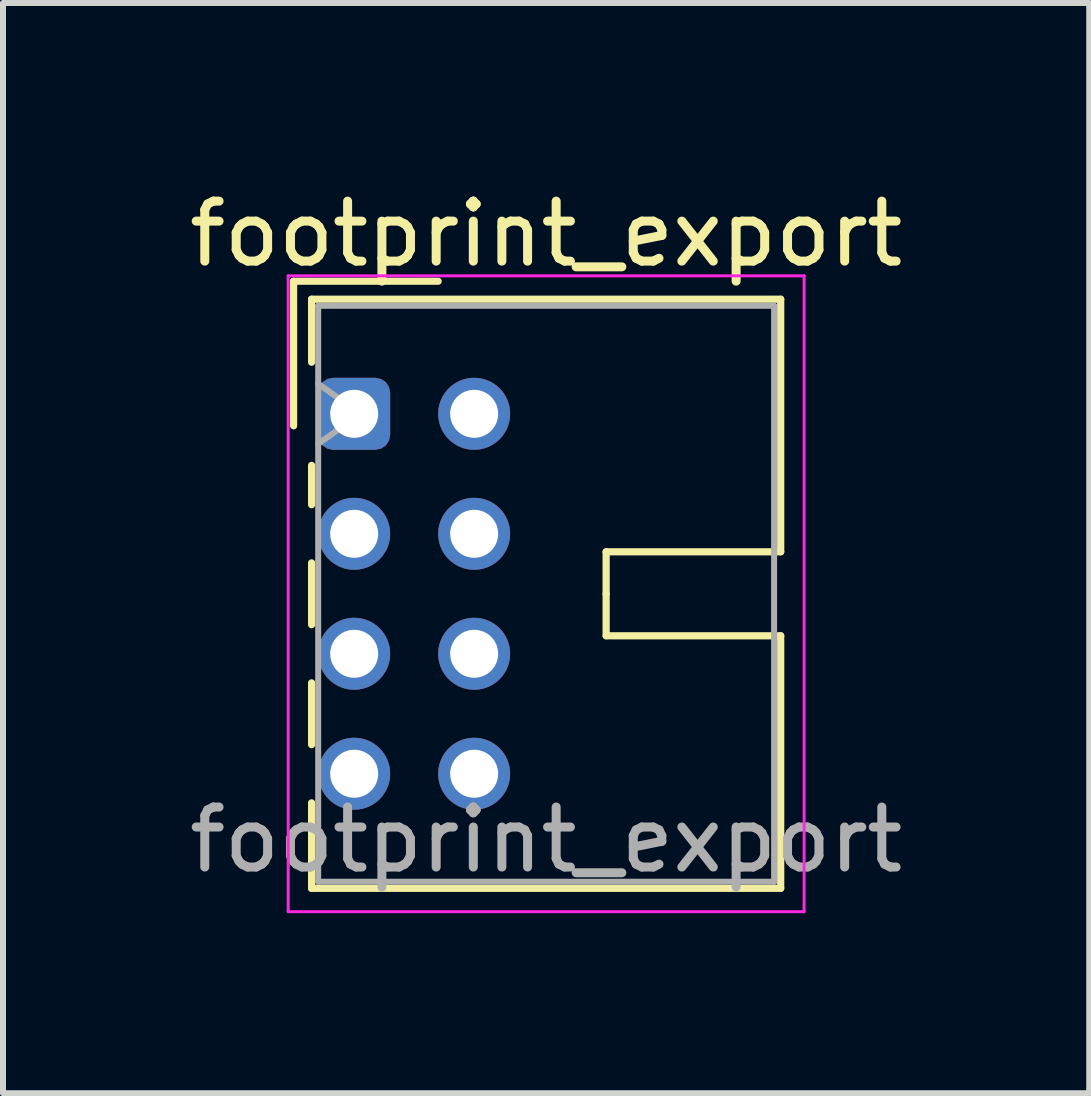
<source format=kicad_pcb>
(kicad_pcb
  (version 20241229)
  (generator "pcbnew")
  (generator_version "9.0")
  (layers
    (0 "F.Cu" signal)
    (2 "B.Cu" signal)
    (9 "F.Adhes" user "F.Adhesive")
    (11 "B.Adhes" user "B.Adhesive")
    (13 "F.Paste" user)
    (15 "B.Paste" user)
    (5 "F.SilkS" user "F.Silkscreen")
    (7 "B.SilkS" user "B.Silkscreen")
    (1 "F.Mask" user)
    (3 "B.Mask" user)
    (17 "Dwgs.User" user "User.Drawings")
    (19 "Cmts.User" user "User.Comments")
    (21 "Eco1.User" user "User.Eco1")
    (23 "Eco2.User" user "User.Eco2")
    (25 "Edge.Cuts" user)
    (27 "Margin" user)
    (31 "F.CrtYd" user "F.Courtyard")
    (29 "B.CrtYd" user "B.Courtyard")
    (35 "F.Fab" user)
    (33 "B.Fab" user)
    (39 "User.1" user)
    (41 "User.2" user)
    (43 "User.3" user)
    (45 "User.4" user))
  (footprint "footprint_export"
    (layer "F.Cu")
    (at 2.854 3.848)
    (property "Reference" "footprint_export" (at 3.2 -3 0) (layer "F.SilkS") (effects (font (size 1 1) (thickness 0.15))))
    (attr through_hole)
    (fp_line (start -1.01 -2.21) (end -1.01 0.2) (stroke (width 0.12) (type solid)) (layer "F.SilkS"))
    (fp_line (start -0.71 -1.91) (end -0.71 -0.86) (stroke (width 0.12) (type solid)) (layer "F.SilkS"))
    (fp_line (start -0.71 -1.91) (end 7.11 -1.91) (stroke (width 0.12) (type solid)) (layer "F.SilkS"))
    (fp_line (start -0.71 0.86) (end -0.71 1.515) (stroke (width 0.12) (type solid)) (layer "F.SilkS"))
    (fp_line (start -0.71 2.485) (end -0.71 3.515) (stroke (width 0.12) (type solid)) (layer "F.SilkS"))
    (fp_line (start -0.71 4.485) (end -0.71 5.515) (stroke (width 0.12) (type solid)) (layer "F.SilkS"))
    (fp_line (start -0.71 6.485) (end -0.71 7.91) (stroke (width 0.12) (type solid)) (layer "F.SilkS"))
    (fp_line (start -0.71 7.91) (end 7.11 7.91) (stroke (width 0.12) (type solid)) (layer "F.SilkS"))
    (fp_line (start 1.4 -2.21) (end -1.01 -2.21) (stroke (width 0.12) (type solid)) (layer "F.SilkS"))
    (fp_line (start 4.2 2.3) (end 4.2 3) (stroke (width 0.12) (type solid)) (layer "F.SilkS"))
    (fp_line (start 4.2 3.7) (end 4.2 3) (stroke (width 0.12) (type solid)) (layer "F.SilkS"))
    (fp_line (start 7.11 -1.91) (end 7.11 2.3) (stroke (width 0.12) (type solid)) (layer "F.SilkS"))
    (fp_line (start 7.11 2.3) (end 4.2 2.3) (stroke (width 0.12) (type solid)) (layer "F.SilkS"))
    (fp_line (start 7.11 3.7) (end 4.2 3.7) (stroke (width 0.12) (type solid)) (layer "F.SilkS"))
    (fp_line (start 7.11 7.91) (end 7.11 3.7) (stroke (width 0.12) (type solid)) (layer "F.SilkS"))
    (fp_line (start -1.1 -2.3) (end -1.1 8.3) (stroke (width 0.05) (type solid)) (layer "F.CrtYd"))
    (fp_line (start -1.1 8.3) (end 7.5 8.3) (stroke (width 0.05) (type solid)) (layer "F.CrtYd"))
    (fp_line (start 7.5 -2.3) (end -1.1 -2.3) (stroke (width 0.05) (type solid)) (layer "F.CrtYd"))
    (fp_line (start 7.5 8.3) (end 7.5 -2.3) (stroke (width 0.05) (type solid)) (layer "F.CrtYd"))
    (fp_line (start -0.6 -1.8) (end -0.6 7.8) (stroke (width 0.1) (type solid)) (layer "F.Fab"))
    (fp_line (start -0.6 0.5) (end 0.107 0) (stroke (width 0.1) (type solid)) (layer "F.Fab"))
    (fp_line (start -0.6 7.8) (end 7 7.8) (stroke (width 0.1) (type solid)) (layer "F.Fab"))
    (fp_line (start 0.107 0) (end -0.6 -0.5) (stroke (width 0.1) (type solid)) (layer "F.Fab"))
    (fp_line (start 7 -1.8) (end -0.6 -1.8) (stroke (width 0.1) (type solid)) (layer "F.Fab"))
    (fp_line (start 7 7.8) (end 7 -1.8) (stroke (width 0.1) (type solid)) (layer "F.Fab"))
    (fp_text user "${REFERENCE}" (at 3.2 7.1 0) (layer "F.Fab") (effects (font (size 1 1) (thickness 0.15))))
    (pad "a1" thru_hole roundrect (at 0 0) (size 1.2 1.2) (drill 0.8) (layers "*.Cu" "*.Mask") (roundrect_rratio 0.208))
    (pad "a2" thru_hole circle (at 0 2) (size 1.2 1.2) (drill 0.8) (layers "*.Cu" "*.Mask"))
    (pad "a3" thru_hole circle (at 0 4) (size 1.2 1.2) (drill 0.8) (layers "*.Cu" "*.Mask"))
    (pad "a4" thru_hole circle (at 0 6) (size 1.2 1.2) (drill 0.8) (layers "*.Cu" "*.Mask"))
    (pad "b1" thru_hole circle (at 2 0) (size 1.2 1.2) (drill 0.8) (layers "*.Cu" "*.Mask"))
    (pad "b2" thru_hole circle (at 2 2) (size 1.2 1.2) (drill 0.8) (layers "*.Cu" "*.Mask"))
    (pad "b3" thru_hole circle (at 2 4) (size 1.2 1.2) (drill 0.8) (layers "*.Cu" "*.Mask"))
    (pad "b4" thru_hole circle (at 2 6) (size 1.2 1.2) (drill 0.8) (layers "*.Cu" "*.Mask")))
  (gr_rect
    (start -3 -3)
    (end 15.107 15.173)
    (stroke (width 0.1) (type default))
    (fill no)
    (layer "Edge.Cuts")))
</source>
